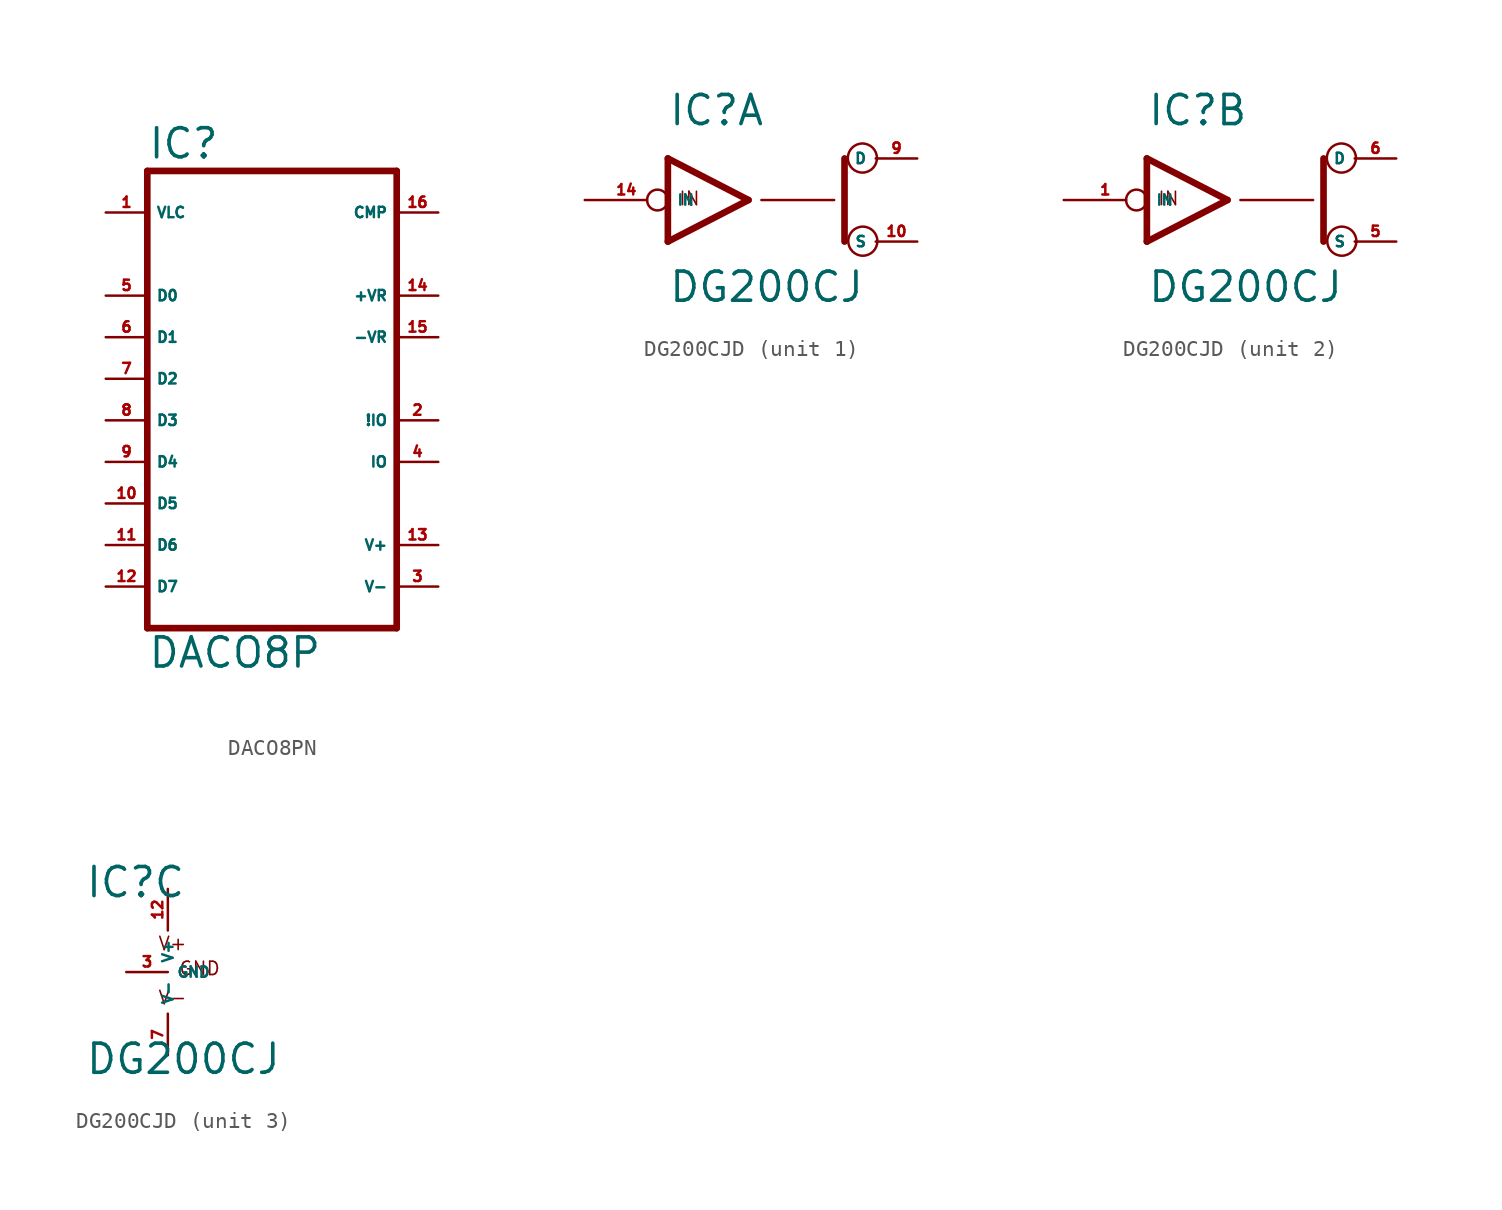
<source format=kicad_sym>
(kicad_symbol_lib
  (version 20220914)
  (generator Eagle2Kicad)
  (symbol "DACO8PN"
    (property "Reference" "IC"
      (at -7.62 13.335 0)
      (effects (font (size 1.778 1.778) (thickness 0.22)) (justify left bottom)))
    (property "Value" "DACO8P"
      (at -7.62 -17.78 0)
      (effects (font (size 1.778 1.778) (thickness 0.22)) (justify left bottom)))
    (polyline
      (pts (xy -7.62 -15.24) (xy 7.62 -15.24))
      (stroke (width 0.406) (type default))
      (fill (type none)))
    (polyline
      (pts (xy -7.62 12.7) (xy -7.62 -15.24))
      (stroke (width 0.406) (type default))
      (fill (type none)))
    (polyline
      (pts (xy 7.62 -15.24) (xy 7.62 12.7))
      (stroke (width 0.406) (type default))
      (fill (type none)))
    (polyline
      (pts (xy 7.62 12.7) (xy -7.62 12.7))
      (stroke (width 0.406) (type default))
      (fill (type none)))
    (pin input line
      (at -10.16 10.16 0)
      (length 2.54)
      (name "VLC" (effects (font (size 0.635 0.635) (thickness 0.08)) (justify left bottom)))
      (number "1" (effects (font (size 0.635 0.635) (thickness 0.08)) (justify left bottom))))
    (pin input line
      (at -10.16 5.08 0)
      (length 2.54)
      (name "D0" (effects (font (size 0.635 0.635) (thickness 0.08)) (justify left bottom)))
      (number "5" (effects (font (size 0.635 0.635) (thickness 0.08)) (justify left bottom))))
    (pin output line
      (at 10.16 -5.08 180)
      (length 2.54)
      (name "IO" (effects (font (size 0.635 0.635) (thickness 0.08)) (justify left bottom)))
      (number "4" (effects (font (size 0.635 0.635) (thickness 0.08)) (justify left bottom))))
    (pin input line
      (at -10.16 2.54 0)
      (length 2.54)
      (name "D1" (effects (font (size 0.635 0.635) (thickness 0.08)) (justify left bottom)))
      (number "6" (effects (font (size 0.635 0.635) (thickness 0.08)) (justify left bottom))))
    (pin output line
      (at 10.16 -2.54 180)
      (length 2.54)
      (name "!IO" (effects (font (size 0.635 0.635) (thickness 0.08)) (justify left bottom)))
      (number "2" (effects (font (size 0.635 0.635) (thickness 0.08)) (justify left bottom))))
    (pin input line
      (at 10.16 2.54 180)
      (length 2.54)
      (name "-VR" (effects (font (size 0.635 0.635) (thickness 0.08)) (justify left bottom)))
      (number "15" (effects (font (size 0.635 0.635) (thickness 0.08)) (justify left bottom))))
    (pin input line
      (at 10.16 5.08 180)
      (length 2.54)
      (name "+VR" (effects (font (size 0.635 0.635) (thickness 0.08)) (justify left bottom)))
      (number "14" (effects (font (size 0.635 0.635) (thickness 0.08)) (justify left bottom))))
    (pin passive line
      (at 10.16 10.16 180)
      (length 2.54)
      (name "CMP" (effects (font (size 0.635 0.635) (thickness 0.08)) (justify left bottom)))
      (number "16" (effects (font (size 0.635 0.635) (thickness 0.08)) (justify left bottom))))
    (pin input line
      (at -10.16 0 0)
      (length 2.54)
      (name "D2" (effects (font (size 0.635 0.635) (thickness 0.08)) (justify left bottom)))
      (number "7" (effects (font (size 0.635 0.635) (thickness 0.08)) (justify left bottom))))
    (pin input line
      (at -10.16 -2.54 0)
      (length 2.54)
      (name "D3" (effects (font (size 0.635 0.635) (thickness 0.08)) (justify left bottom)))
      (number "8" (effects (font (size 0.635 0.635) (thickness 0.08)) (justify left bottom))))
    (pin input line
      (at -10.16 -5.08 0)
      (length 2.54)
      (name "D4" (effects (font (size 0.635 0.635) (thickness 0.08)) (justify left bottom)))
      (number "9" (effects (font (size 0.635 0.635) (thickness 0.08)) (justify left bottom))))
    (pin input line
      (at -10.16 -7.62 0)
      (length 2.54)
      (name "D5" (effects (font (size 0.635 0.635) (thickness 0.08)) (justify left bottom)))
      (number "10" (effects (font (size 0.635 0.635) (thickness 0.08)) (justify left bottom))))
    (pin input line
      (at -10.16 -10.16 0)
      (length 2.54)
      (name "D6" (effects (font (size 0.635 0.635) (thickness 0.08)) (justify left bottom)))
      (number "11" (effects (font (size 0.635 0.635) (thickness 0.08)) (justify left bottom))))
    (pin input line
      (at -10.16 -12.7 0)
      (length 2.54)
      (name "D7" (effects (font (size 0.635 0.635) (thickness 0.08)) (justify left bottom)))
      (number "12" (effects (font (size 0.635 0.635) (thickness 0.08)) (justify left bottom))))
    (pin unspecified line
      (at 10.16 -10.16 180)
      (length 2.54)
      (name "V+" (effects (font (size 0.635 0.635) (thickness 0.08)) (justify left bottom)))
      (number "13" (effects (font (size 0.635 0.635) (thickness 0.08)) (justify left bottom))))
    (pin unspecified line
      (at 10.16 -12.7 180)
      (length 2.54)
      (name "V-" (effects (font (size 0.635 0.635) (thickness 0.08)) (justify left bottom)))
      (number "3" (effects (font (size 0.635 0.635) (thickness 0.08)) (justify left bottom)))))
  (symbol "DG200CJD"
    (property "Reference" "IC"
      (at -5.08 4.445 0)
      (effects (font (size 1.778 1.778) (thickness 0.22)) (justify left bottom)))
    (property "Value" "DG200CJ"
      (at -5.08 -6.35 0)
      (effects (font (size 1.778 1.778) (thickness 0.22)) (justify left bottom)))
    (symbol "DG200CJD_1_0"
      (polyline (pts (xy -0.152 0) (xy -5.08 2.54)) (stroke (width 0.406) (type default)) (fill (type none)))
      (polyline (pts (xy -5.08 -2.54) (xy -0.152 0)) (stroke (width 0.406) (type default)) (fill (type none)))
      (polyline (pts (xy -5.08 2.54) (xy -5.08 -2.54)) (stroke (width 0.406) (type default)) (fill (type none)))
      (polyline (pts (xy 5.715 -2.54) (xy 5.715 2.54)) (stroke (width 0.406) (type default)) (fill (type none)))
      (polyline (pts (xy 0.635 0) (xy 5.08 0)) (stroke (width 0.152) (type default)) (fill (type none)))
      (text "IN" (at -4.445 -0.381 0) (effects (font (size 0.813 0.813) (thickness 0.10)) (justify left bottom)))
      (circle (center 6.833 -2.515) (radius 0.889) (stroke (width 0.152) (type default)) (fill (type none)))
      (circle (center 6.807 2.565) (radius 0.889) (stroke (width 0.152) (type default)) (fill (type none)))
      (pin bidirectional line (at 10.16 2.54 180) (length 2.54) (name "D" (effects (font (size 0.635 0.635) (thickness 0.08)) (justify left bottom))) (number "9" (effects (font (size 0.635 0.635) (thickness 0.08)) (justify left bottom))))
      (pin input inverted (at -10.16 0 0) (length 5.08) (name "IN" (effects (font (size 0.635 0.635) (thickness 0.08)) (justify left bottom))) (number "14" (effects (font (size 0.635 0.635) (thickness 0.08)) (justify left bottom))))
      (pin bidirectional line (at 10.16 -2.54 180) (length 2.54) (name "S" (effects (font (size 0.635 0.635) (thickness 0.08)) (justify left bottom))) (number "10" (effects (font (size 0.635 0.635) (thickness 0.08)) (justify left bottom)))))
    (symbol "DG200CJD_2_0"
      (polyline (pts (xy -0.152 0) (xy -5.08 2.54)) (stroke (width 0.406) (type default)) (fill (type none)))
      (polyline (pts (xy -5.08 -2.54) (xy -0.152 0)) (stroke (width 0.406) (type default)) (fill (type none)))
      (polyline (pts (xy -5.08 2.54) (xy -5.08 -2.54)) (stroke (width 0.406) (type default)) (fill (type none)))
      (polyline (pts (xy 5.715 -2.54) (xy 5.715 2.54)) (stroke (width 0.406) (type default)) (fill (type none)))
      (polyline (pts (xy 0.635 0) (xy 5.08 0)) (stroke (width 0.152) (type default)) (fill (type none)))
      (text "IN" (at -4.445 -0.381 0) (effects (font (size 0.813 0.813) (thickness 0.10)) (justify left bottom)))
      (circle (center 6.833 -2.515) (radius 0.889) (stroke (width 0.152) (type default)) (fill (type none)))
      (circle (center 6.807 2.565) (radius 0.889) (stroke (width 0.152) (type default)) (fill (type none)))
      (pin bidirectional line (at 10.16 2.54 180) (length 2.54) (name "D" (effects (font (size 0.635 0.635) (thickness 0.08)) (justify left bottom))) (number "6" (effects (font (size 0.635 0.635) (thickness 0.08)) (justify left bottom))))
      (pin input inverted (at -10.16 0 0) (length 5.08) (name "IN" (effects (font (size 0.635 0.635) (thickness 0.08)) (justify left bottom))) (number "1" (effects (font (size 0.635 0.635) (thickness 0.08)) (justify left bottom))))
      (pin bidirectional line (at 10.16 -2.54 180) (length 2.54) (name "S" (effects (font (size 0.635 0.635) (thickness 0.08)) (justify left bottom))) (number "5" (effects (font (size 0.635 0.635) (thickness 0.08)) (justify left bottom)))))
    (symbol "DG200CJD_3_0"
      (text "V+" (at -0.635 1.27 0) (effects (font (size 0.813 0.813) (thickness 0.10)) (justify left bottom)))
      (text "V-" (at -0.635 -2.032 0) (effects (font (size 0.813 0.813) (thickness 0.10)) (justify left bottom)))
      (text "GND" (at 0.635 -0.254 0) (effects (font (size 0.813 0.813) (thickness 0.10)) (justify left bottom)))
      (pin unspecified line (at 0 5.08 270) (length 2.54) (name "V+" (effects (font (size 0.635 0.635) (thickness 0.08)) (justify left bottom))) (number "12" (effects (font (size 0.635 0.635) (thickness 0.08)) (justify left bottom))))
      (pin unspecified line (at 0 -5.08 90) (length 2.54) (name "V-" (effects (font (size 0.635 0.635) (thickness 0.08)) (justify left bottom))) (number "7" (effects (font (size 0.635 0.635) (thickness 0.08)) (justify left bottom))))
      (pin unspecified line (at -2.54 0 0) (length 2.54) (name "GND" (effects (font (size 0.635 0.635) (thickness 0.08)) (justify left bottom))) (number "3" (effects (font (size 0.635 0.635) (thickness 0.08)) (justify left bottom)))))))
</source>
